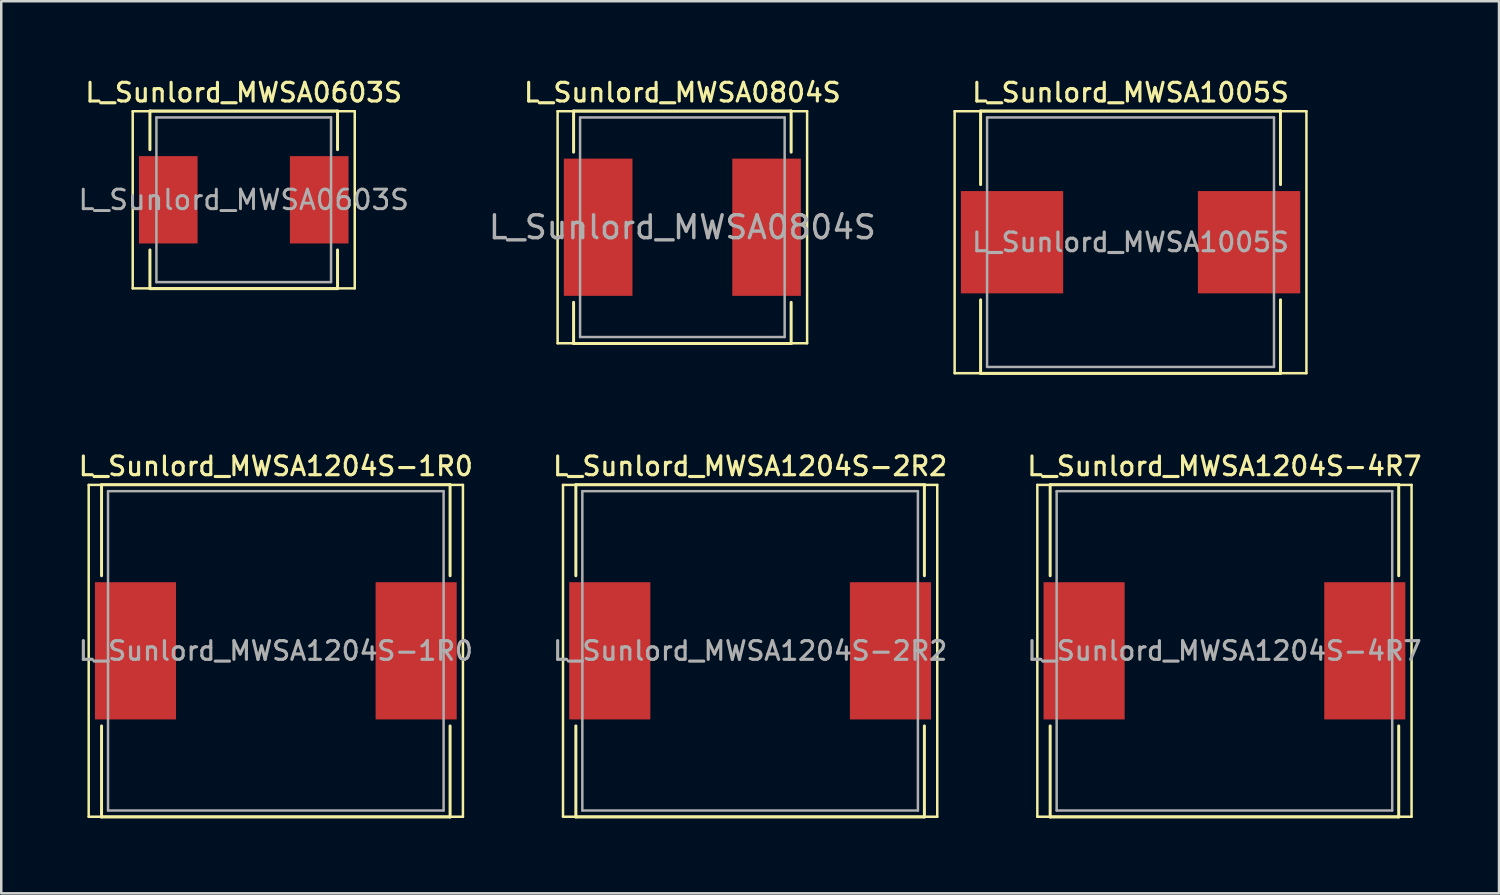
<source format=kicad_pcb>
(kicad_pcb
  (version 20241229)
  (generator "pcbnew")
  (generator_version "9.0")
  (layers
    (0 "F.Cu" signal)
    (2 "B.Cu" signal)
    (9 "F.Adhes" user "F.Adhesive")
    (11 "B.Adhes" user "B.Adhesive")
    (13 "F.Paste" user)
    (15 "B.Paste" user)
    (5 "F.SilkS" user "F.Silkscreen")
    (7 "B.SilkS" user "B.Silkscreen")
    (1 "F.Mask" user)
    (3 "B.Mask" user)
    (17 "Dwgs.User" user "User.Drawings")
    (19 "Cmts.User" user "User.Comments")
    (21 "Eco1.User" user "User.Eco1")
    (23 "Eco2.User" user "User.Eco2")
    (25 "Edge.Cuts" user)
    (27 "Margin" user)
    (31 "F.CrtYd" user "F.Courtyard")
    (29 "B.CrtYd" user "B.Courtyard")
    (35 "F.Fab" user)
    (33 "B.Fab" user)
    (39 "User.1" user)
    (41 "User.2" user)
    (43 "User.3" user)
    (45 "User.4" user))
  (footprint "L_Sunlord_MWSA0603S"
    (layer "F.Cu")
    (at 6.719 4.958)
    (property "Reference" "L_Sunlord_MWSA0603S" (at 0 -4.3 0) (layer "F.SilkS") (effects (font (size 0.75 0.75) (thickness 0.125))))
    (attr smd)
    (fp_line (start -4.45 -3.55) (end -4.45 3.55) (stroke (width 0.1) (type solid)) (layer "F.SilkS"))
    (fp_line (start -4.45 3.55) (end 4.45 3.55) (stroke (width 0.1) (type solid)) (layer "F.SilkS"))
    (fp_line (start -3.76 -3.56) (end -3.76 -2.01) (stroke (width 0.12) (type solid)) (layer "F.SilkS"))
    (fp_line (start -3.76 -3.56) (end 3.76 -3.56) (stroke (width 0.12) (type solid)) (layer "F.SilkS"))
    (fp_line (start -3.76 3.56) (end -3.76 2.01) (stroke (width 0.12) (type solid)) (layer "F.SilkS"))
    (fp_line (start -3.76 3.56) (end 3.76 3.56) (stroke (width 0.12) (type solid)) (layer "F.SilkS"))
    (fp_line (start 3.76 -3.56) (end 3.76 -2.01) (stroke (width 0.12) (type solid)) (layer "F.SilkS"))
    (fp_line (start 3.76 3.56) (end 3.76 2.01) (stroke (width 0.12) (type solid)) (layer "F.SilkS"))
    (fp_line (start 4.45 -3.55) (end -4.45 -3.55) (stroke (width 0.1) (type solid)) (layer "F.SilkS"))
    (fp_line (start 4.45 3.55) (end 4.45 -3.55) (stroke (width 0.1) (type solid)) (layer "F.SilkS"))
    (fp_line (start -3.5 -3.3) (end -3.5 3.3) (stroke (width 0.1) (type solid)) (layer "F.Fab"))
    (fp_line (start -3.5 3.3) (end 3.5 3.3) (stroke (width 0.1) (type solid)) (layer "F.Fab"))
    (fp_line (start 3.5 -3.3) (end -3.5 -3.3) (stroke (width 0.1) (type solid)) (layer "F.Fab"))
    (fp_line (start 3.5 3.3) (end 3.5 -3.3) (stroke (width 0.1) (type solid)) (layer "F.Fab"))
    (fp_text user "${REFERENCE}" (at 0 0 0) (layer "F.Fab") (effects (font (size 0.783 0.783) (thickness 0.117))))
    (pad "1" smd rect (at -3.025 0) (size 2.35 3.5) (layers "F.Cu" "F.Mask" "F.Paste"))
    (pad "2" smd rect (at 3.025 0) (size 2.35 3.5) (layers "F.Cu" "F.Mask" "F.Paste")))
  (footprint "L_Sunlord_MWSA1204S-2R2"
    (layer "F.Cu")
    (at 27.016 23.036)
    (property "Reference" "L_Sunlord_MWSA1204S-2R2" (at 0 -7.4 0) (layer "F.SilkS") (effects (font (size 0.75 0.75) (thickness 0.125))))
    (attr smd)
    (fp_line (start -7.5 -6.65) (end -7.5 6.65) (stroke (width 0.1) (type solid)) (layer "F.SilkS"))
    (fp_line (start -7.5 6.65) (end 7.5 6.65) (stroke (width 0.1) (type solid)) (layer "F.SilkS"))
    (fp_line (start -6.985 -6.66) (end -6.985 -3.01) (stroke (width 0.12) (type solid)) (layer "F.SilkS"))
    (fp_line (start -6.985 -6.66) (end 6.985 -6.66) (stroke (width 0.12) (type solid)) (layer "F.SilkS"))
    (fp_line (start -6.985 6.66) (end -6.985 3.01) (stroke (width 0.12) (type solid)) (layer "F.SilkS"))
    (fp_line (start -6.985 6.66) (end 6.985 6.66) (stroke (width 0.12) (type solid)) (layer "F.SilkS"))
    (fp_line (start 6.985 -6.66) (end 6.985 -3.01) (stroke (width 0.12) (type solid)) (layer "F.SilkS"))
    (fp_line (start 6.985 6.66) (end 6.985 3.01) (stroke (width 0.12) (type solid)) (layer "F.SilkS"))
    (fp_line (start 7.5 -6.65) (end -7.5 -6.65) (stroke (width 0.1) (type solid)) (layer "F.SilkS"))
    (fp_line (start 7.5 6.65) (end 7.5 -6.65) (stroke (width 0.1) (type solid)) (layer "F.SilkS"))
    (fp_line (start -6.725 -6.4) (end -6.725 6.4) (stroke (width 0.1) (type solid)) (layer "F.Fab"))
    (fp_line (start -6.725 6.4) (end 6.725 6.4) (stroke (width 0.1) (type solid)) (layer "F.Fab"))
    (fp_line (start 6.725 -6.4) (end -6.725 -6.4) (stroke (width 0.1) (type solid)) (layer "F.Fab"))
    (fp_line (start 6.725 6.4) (end 6.725 -6.4) (stroke (width 0.1) (type solid)) (layer "F.Fab"))
    (fp_text user "${REFERENCE}" (at 0 0 0) (layer "F.Fab") (effects (font (size 0.75 0.75) (thickness 0.125))))
    (pad "1" smd rect (at -5.625 0) (size 3.25 5.5) (layers "F.Cu" "F.Mask" "F.Paste"))
    (pad "2" smd rect (at 5.625 0) (size 3.25 5.5) (layers "F.Cu" "F.Mask" "F.Paste")))
  (footprint "L_Sunlord_MWSA0804S"
    (layer "F.Cu")
    (at 24.3 6.058)
    (property "Reference" "L_Sunlord_MWSA0804S" (at 0 -5.4 0) (layer "F.SilkS") (effects (font (size 0.75 0.75) (thickness 0.125))))
    (attr smd)
    (fp_line (start -5 -4.65) (end -5 4.65) (stroke (width 0.1) (type solid)) (layer "F.SilkS"))
    (fp_line (start -5 4.65) (end 5 4.65) (stroke (width 0.1) (type solid)) (layer "F.SilkS"))
    (fp_line (start -4.36 -4.66) (end -4.36 -3.01) (stroke (width 0.12) (type solid)) (layer "F.SilkS"))
    (fp_line (start -4.36 -4.66) (end 4.36 -4.66) (stroke (width 0.12) (type solid)) (layer "F.SilkS"))
    (fp_line (start -4.36 4.66) (end -4.36 3.01) (stroke (width 0.12) (type solid)) (layer "F.SilkS"))
    (fp_line (start -4.36 4.66) (end 4.36 4.66) (stroke (width 0.12) (type solid)) (layer "F.SilkS"))
    (fp_line (start 4.36 -4.66) (end 4.36 -3.01) (stroke (width 0.12) (type solid)) (layer "F.SilkS"))
    (fp_line (start 4.36 4.66) (end 4.36 3.01) (stroke (width 0.12) (type solid)) (layer "F.SilkS"))
    (fp_line (start 5 -4.65) (end -5 -4.65) (stroke (width 0.1) (type solid)) (layer "F.SilkS"))
    (fp_line (start 5 4.65) (end 5 -4.65) (stroke (width 0.1) (type solid)) (layer "F.SilkS"))
    (fp_line (start -4.1 -4.4) (end -4.1 4.4) (stroke (width 0.1) (type solid)) (layer "F.Fab"))
    (fp_line (start -4.1 4.4) (end 4.1 4.4) (stroke (width 0.1) (type solid)) (layer "F.Fab"))
    (fp_line (start 4.1 -4.4) (end -4.1 -4.4) (stroke (width 0.1) (type solid)) (layer "F.Fab"))
    (fp_line (start 4.1 4.4) (end 4.1 -4.4) (stroke (width 0.1) (type solid)) (layer "F.Fab"))
    (fp_text user "${REFERENCE}" (at 0 0 0) (layer "F.Fab") (effects (font (size 0.917 0.917) (thickness 0.138))))
    (pad "1" smd rect (at -3.375 0) (size 2.75 5.5) (layers "F.Cu" "F.Mask" "F.Paste"))
    (pad "2" smd rect (at 3.375 0) (size 2.75 5.5) (layers "F.Cu" "F.Mask" "F.Paste")))
  (footprint "L_Sunlord_MWSA1204S-4R7"
    (layer "F.Cu")
    (at 46.027 23.036)
    (property "Reference" "L_Sunlord_MWSA1204S-4R7" (at 0 -7.4 0) (layer "F.SilkS") (effects (font (size 0.75 0.75) (thickness 0.125))))
    (attr smd)
    (fp_line (start -7.5 -6.65) (end -7.5 6.65) (stroke (width 0.1) (type solid)) (layer "F.SilkS"))
    (fp_line (start -7.5 6.65) (end 7.5 6.65) (stroke (width 0.1) (type solid)) (layer "F.SilkS"))
    (fp_line (start -6.985 -6.66) (end -6.985 -3.01) (stroke (width 0.12) (type solid)) (layer "F.SilkS"))
    (fp_line (start -6.985 -6.66) (end 6.985 -6.66) (stroke (width 0.12) (type solid)) (layer "F.SilkS"))
    (fp_line (start -6.985 6.66) (end -6.985 3.01) (stroke (width 0.12) (type solid)) (layer "F.SilkS"))
    (fp_line (start -6.985 6.66) (end 6.985 6.66) (stroke (width 0.12) (type solid)) (layer "F.SilkS"))
    (fp_line (start 6.985 -6.66) (end 6.985 -3.01) (stroke (width 0.12) (type solid)) (layer "F.SilkS"))
    (fp_line (start 6.985 6.66) (end 6.985 3.01) (stroke (width 0.12) (type solid)) (layer "F.SilkS"))
    (fp_line (start 7.5 -6.65) (end -7.5 -6.65) (stroke (width 0.1) (type solid)) (layer "F.SilkS"))
    (fp_line (start 7.5 6.65) (end 7.5 -6.65) (stroke (width 0.1) (type solid)) (layer "F.SilkS"))
    (fp_line (start -6.725 -6.4) (end -6.725 6.4) (stroke (width 0.1) (type solid)) (layer "F.Fab"))
    (fp_line (start -6.725 6.4) (end 6.725 6.4) (stroke (width 0.1) (type solid)) (layer "F.Fab"))
    (fp_line (start 6.725 -6.4) (end -6.725 -6.4) (stroke (width 0.1) (type solid)) (layer "F.Fab"))
    (fp_line (start 6.725 6.4) (end 6.725 -6.4) (stroke (width 0.1) (type solid)) (layer "F.Fab"))
    (fp_text user "${REFERENCE}" (at 0 0 0) (layer "F.Fab") (effects (font (size 0.75 0.75) (thickness 0.125))))
    (pad "1" smd rect (at -5.625 0) (size 3.25 5.5) (layers "F.Cu" "F.Mask" "F.Paste"))
    (pad "2" smd rect (at 5.625 0) (size 3.25 5.5) (layers "F.Cu" "F.Mask" "F.Paste")))
  (footprint "L_Sunlord_MWSA1204S-1R0"
    (layer "F.Cu")
    (at 8.005 23.036)
    (property "Reference" "L_Sunlord_MWSA1204S-1R0" (at 0 -7.4 0) (layer "F.SilkS") (effects (font (size 0.75 0.75) (thickness 0.125))))
    (attr smd)
    (fp_line (start -7.5 -6.65) (end -7.5 6.65) (stroke (width 0.1) (type solid)) (layer "F.SilkS"))
    (fp_line (start -7.5 6.65) (end 7.5 6.65) (stroke (width 0.1) (type solid)) (layer "F.SilkS"))
    (fp_line (start -6.985 -6.66) (end -6.985 -3.01) (stroke (width 0.12) (type solid)) (layer "F.SilkS"))
    (fp_line (start -6.985 -6.66) (end 6.985 -6.66) (stroke (width 0.12) (type solid)) (layer "F.SilkS"))
    (fp_line (start -6.985 6.66) (end -6.985 3.01) (stroke (width 0.12) (type solid)) (layer "F.SilkS"))
    (fp_line (start -6.985 6.66) (end 6.985 6.66) (stroke (width 0.12) (type solid)) (layer "F.SilkS"))
    (fp_line (start 6.985 -6.66) (end 6.985 -3.01) (stroke (width 0.12) (type solid)) (layer "F.SilkS"))
    (fp_line (start 6.985 6.66) (end 6.985 3.01) (stroke (width 0.12) (type solid)) (layer "F.SilkS"))
    (fp_line (start 7.5 -6.65) (end -7.5 -6.65) (stroke (width 0.1) (type solid)) (layer "F.SilkS"))
    (fp_line (start 7.5 6.65) (end 7.5 -6.65) (stroke (width 0.1) (type solid)) (layer "F.SilkS"))
    (fp_line (start -6.725 -6.4) (end -6.725 6.4) (stroke (width 0.1) (type solid)) (layer "F.Fab"))
    (fp_line (start -6.725 6.4) (end 6.725 6.4) (stroke (width 0.1) (type solid)) (layer "F.Fab"))
    (fp_line (start 6.725 -6.4) (end -6.725 -6.4) (stroke (width 0.1) (type solid)) (layer "F.Fab"))
    (fp_line (start 6.725 6.4) (end 6.725 -6.4) (stroke (width 0.1) (type solid)) (layer "F.Fab"))
    (fp_text user "${REFERENCE}" (at 0 0 0) (layer "F.Fab") (effects (font (size 0.75 0.75) (thickness 0.125))))
    (pad "1" smd rect (at -5.625 0) (size 3.25 5.5) (layers "F.Cu" "F.Mask" "F.Paste"))
    (pad "2" smd rect (at 5.625 0) (size 3.25 5.5) (layers "F.Cu" "F.Mask" "F.Paste")))
  (footprint "L_Sunlord_MWSA1005S"
    (layer "F.Cu")
    (at 42.263 6.658)
    (property "Reference" "L_Sunlord_MWSA1005S" (at 0 -6 0) (layer "F.SilkS") (effects (font (size 0.75 0.75) (thickness 0.125))))
    (attr smd)
    (fp_line (start -7.05 -5.25) (end -7.05 5.25) (stroke (width 0.1) (type solid)) (layer "F.SilkS"))
    (fp_line (start -7.05 5.25) (end 7.05 5.25) (stroke (width 0.1) (type solid)) (layer "F.SilkS"))
    (fp_line (start -6.01 -5.26) (end -6.01 -2.31) (stroke (width 0.12) (type solid)) (layer "F.SilkS"))
    (fp_line (start -6.01 -5.26) (end 6.01 -5.26) (stroke (width 0.12) (type solid)) (layer "F.SilkS"))
    (fp_line (start -6.01 5.26) (end -6.01 2.31) (stroke (width 0.12) (type solid)) (layer "F.SilkS"))
    (fp_line (start -6.01 5.26) (end 6.01 5.26) (stroke (width 0.12) (type solid)) (layer "F.SilkS"))
    (fp_line (start 6.01 -5.26) (end 6.01 -2.31) (stroke (width 0.12) (type solid)) (layer "F.SilkS"))
    (fp_line (start 6.01 5.26) (end 6.01 2.31) (stroke (width 0.12) (type solid)) (layer "F.SilkS"))
    (fp_line (start 7.05 -5.25) (end -7.05 -5.25) (stroke (width 0.1) (type solid)) (layer "F.SilkS"))
    (fp_line (start 7.05 5.25) (end 7.05 -5.25) (stroke (width 0.1) (type solid)) (layer "F.SilkS"))
    (fp_line (start -5.75 -5) (end -5.75 5) (stroke (width 0.1) (type solid)) (layer "F.Fab"))
    (fp_line (start -5.75 5) (end 5.75 5) (stroke (width 0.1) (type solid)) (layer "F.Fab"))
    (fp_line (start 5.75 -5) (end -5.75 -5) (stroke (width 0.1) (type solid)) (layer "F.Fab"))
    (fp_line (start 5.75 5) (end 5.75 -5) (stroke (width 0.1) (type solid)) (layer "F.Fab"))
    (fp_text user "${REFERENCE}" (at 0 0 0) (layer "F.Fab") (effects (font (size 0.75 0.75) (thickness 0.125))))
    (pad "1" smd rect (at -4.75 0) (size 4.1 4.1) (layers "F.Cu" "F.Mask" "F.Paste"))
    (pad "2" smd rect (at 4.75 0) (size 4.1 4.1) (layers "F.Cu" "F.Mask" "F.Paste")))
  (gr_rect
    (start -3 -3)
    (end 57.032 32.756)
    (stroke (width 0.1) (type default))
    (fill no)
    (layer "Edge.Cuts")))
</source>
